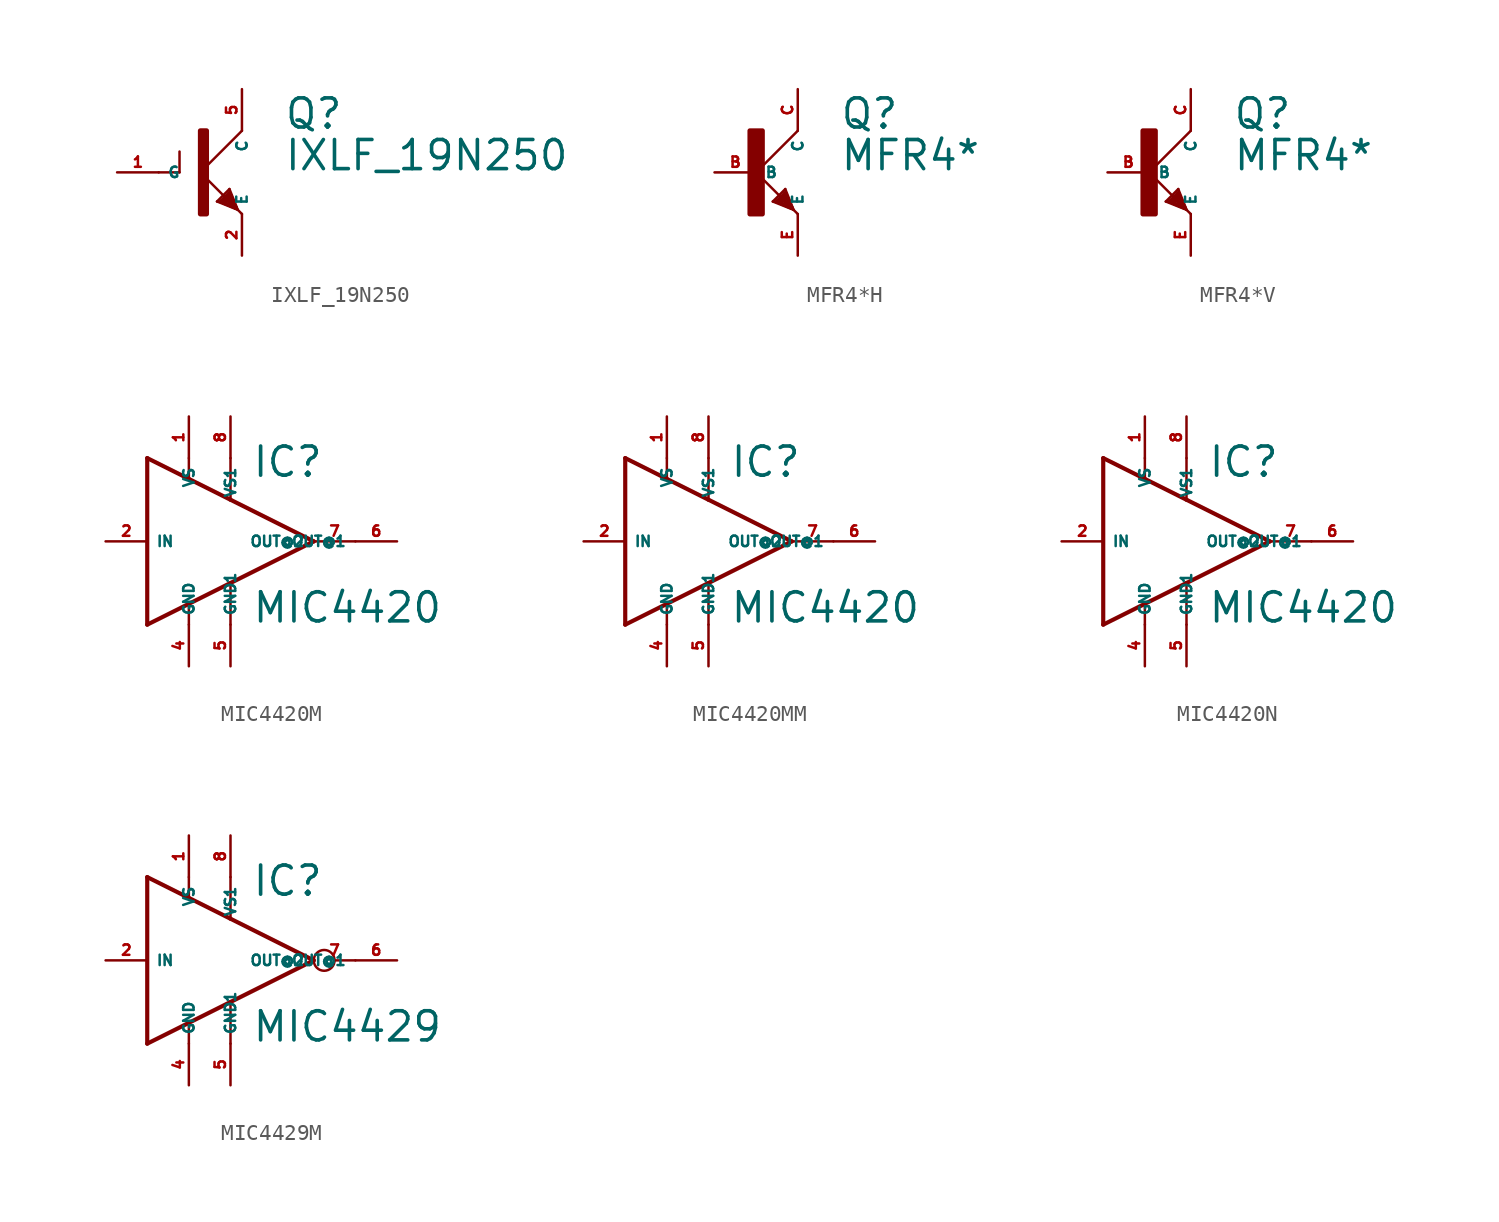
<source format=kicad_sym>
(kicad_symbol_lib
  (version 20220914)
  (generator Eagle2Kicad)
  (symbol "IXLF_19N250"
    (property "Reference" "Q"
      (at 5.08 2.54 0)
      (effects (font (size 1.778 1.778) (thickness 0.22)) (justify left bottom)))
    (property "Value" "IXLF_19N250"
      (at 5.08 0 0)
      (effects (font (size 1.778 1.778) (thickness 0.22)) (justify left bottom)))
    (polyline
      (pts (xy 2.54 2.54) (xy 0 0))
      (stroke (width 0.152) (type default))
      (fill (type none)))
    (polyline
      (pts (xy 0 0) (xy 1.524 -1.524))
      (stroke (width 0.152) (type default))
      (fill (type none)))
    (polyline
      (pts (xy 2.159 -2.159) (xy 2.286 -2.286))
      (stroke (width 0.152) (type default))
      (fill (type none)))
    (polyline
      (pts (xy 1.778 -1.016) (xy 2.286 -2.286))
      (stroke (width 0.152) (type default))
      (fill (type none)))
    (polyline
      (pts (xy 2.286 -2.286) (xy 2.54 -2.54))
      (stroke (width 0.152) (type default))
      (fill (type none)))
    (polyline
      (pts (xy 2.286 -2.286) (xy 1.016 -1.778))
      (stroke (width 0.152) (type default))
      (fill (type none)))
    (polyline
      (pts (xy 1.016 -1.778) (xy 1.778 -1.016))
      (stroke (width 0.152) (type default))
      (fill (type none)))
    (polyline
      (pts (xy 2.159 -2.159) (xy 1.778 -1.27))
      (stroke (width 0.254) (type default))
      (fill (type none)))
    (polyline
      (pts (xy 1.778 -1.27) (xy 1.524 -1.524))
      (stroke (width 0.254) (type default))
      (fill (type none)))
    (polyline
      (pts (xy 1.524 -1.524) (xy 1.27 -1.778))
      (stroke (width 0.254) (type default))
      (fill (type none)))
    (polyline
      (pts (xy 1.27 -1.778) (xy 2.159 -2.159))
      (stroke (width 0.254) (type default))
      (fill (type none)))
    (polyline
      (pts (xy 2.159 -2.159) (xy 1.524 -1.524))
      (stroke (width 0.254) (type default))
      (fill (type none)))
    (polyline
      (pts (xy 1.524 -1.778) (xy 1.778 -1.524))
      (stroke (width 0.254) (type default))
      (fill (type none)))
    (polyline
      (pts (xy -2.54 0) (xy -1.27 0))
      (stroke (width 0.152) (type default))
      (fill (type none)))
    (polyline
      (pts (xy -1.27 0) (xy -1.27 1.27))
      (stroke (width 0.152) (type default))
      (fill (type none)))
    (rectangle
      (start 0 -2.54)
      (end 0.381 2.54)
      (stroke (width 0.3) (type default))
      (fill (type outline)))
    (pin passive line
      (at -5.08 0 0)
      (length 2.54)
      (name "G" (effects (font (size 0.635 0.635) (thickness 0.08)) (justify left bottom)))
      (number "1" (effects (font (size 0.635 0.635) (thickness 0.08)) (justify left bottom))))
    (pin passive line
      (at 2.54 -5.08 90)
      (length 2.54)
      (name "E" (effects (font (size 0.635 0.635) (thickness 0.08)) (justify left bottom)))
      (number "2" (effects (font (size 0.635 0.635) (thickness 0.08)) (justify left bottom))))
    (pin passive line
      (at 2.54 5.08 270)
      (length 2.54)
      (name "C" (effects (font (size 0.635 0.635) (thickness 0.08)) (justify left bottom)))
      (number "5" (effects (font (size 0.635 0.635) (thickness 0.08)) (justify left bottom)))))
  (symbol "MFR4*H"
    (property "Reference" "Q"
      (at 5.08 2.54 0)
      (effects (font (size 1.778 1.778) (thickness 0.22)) (justify left bottom)))
    (property "Value" "MFR4*"
      (at 5.08 0 0)
      (effects (font (size 1.778 1.778) (thickness 0.22)) (justify left bottom)))
    (polyline
      (pts (xy 2.54 2.54) (xy 0 0))
      (stroke (width 0.152) (type default))
      (fill (type none)))
    (polyline
      (pts (xy 0 0) (xy 1.651 -1.651))
      (stroke (width 0.152) (type default))
      (fill (type none)))
    (polyline
      (pts (xy 2.159 -2.159) (xy 2.286 -2.286))
      (stroke (width 0.152) (type default))
      (fill (type none)))
    (polyline
      (pts (xy 1.778 -1.016) (xy 2.286 -2.286))
      (stroke (width 0.152) (type default))
      (fill (type none)))
    (polyline
      (pts (xy 2.286 -2.286) (xy 2.54 -2.54))
      (stroke (width 0.152) (type default))
      (fill (type none)))
    (polyline
      (pts (xy 2.286 -2.286) (xy 1.016 -1.778))
      (stroke (width 0.152) (type default))
      (fill (type none)))
    (polyline
      (pts (xy 1.016 -1.778) (xy 1.778 -1.016))
      (stroke (width 0.152) (type default))
      (fill (type none)))
    (polyline
      (pts (xy 2.159 -2.159) (xy 1.778 -1.27))
      (stroke (width 0.254) (type default))
      (fill (type none)))
    (polyline
      (pts (xy 1.778 -1.27) (xy 1.27 -1.778))
      (stroke (width 0.254) (type default))
      (fill (type none)))
    (polyline
      (pts (xy 1.27 -1.778) (xy 2.159 -2.159))
      (stroke (width 0.254) (type default))
      (fill (type none)))
    (polyline
      (pts (xy 2.159 -2.159) (xy 1.651 -1.651))
      (stroke (width 0.254) (type default))
      (fill (type none)))
    (polyline
      (pts (xy 1.524 -1.778) (xy 1.778 -1.524))
      (stroke (width 0.254) (type default))
      (fill (type none)))
    (rectangle
      (start -0.381 -2.54)
      (end 0.381 2.54)
      (stroke (width 0.3) (type default))
      (fill (type outline)))
    (pin passive line
      (at -2.54 0 0)
      (length 2.54)
      (name "B" (effects (font (size 0.635 0.635) (thickness 0.08)) (justify left bottom)))
      (number "B" (effects (font (size 0.635 0.635) (thickness 0.08)) (justify left bottom))))
    (pin passive line
      (at 2.54 -5.08 90)
      (length 2.54)
      (name "E" (effects (font (size 0.635 0.635) (thickness 0.08)) (justify left bottom)))
      (number "E" (effects (font (size 0.635 0.635) (thickness 0.08)) (justify left bottom))))
    (pin passive line
      (at 2.54 5.08 270)
      (length 2.54)
      (name "C" (effects (font (size 0.635 0.635) (thickness 0.08)) (justify left bottom)))
      (number "C" (effects (font (size 0.635 0.635) (thickness 0.08)) (justify left bottom)))))
  (symbol "MFR4*V"
    (property "Reference" "Q"
      (at 5.08 2.54 0)
      (effects (font (size 1.778 1.778) (thickness 0.22)) (justify left bottom)))
    (property "Value" "MFR4*"
      (at 5.08 0 0)
      (effects (font (size 1.778 1.778) (thickness 0.22)) (justify left bottom)))
    (polyline
      (pts (xy 2.54 2.54) (xy 0 0))
      (stroke (width 0.152) (type default))
      (fill (type none)))
    (polyline
      (pts (xy 0 0) (xy 1.651 -1.651))
      (stroke (width 0.152) (type default))
      (fill (type none)))
    (polyline
      (pts (xy 2.159 -2.159) (xy 2.286 -2.286))
      (stroke (width 0.152) (type default))
      (fill (type none)))
    (polyline
      (pts (xy 1.778 -1.016) (xy 2.286 -2.286))
      (stroke (width 0.152) (type default))
      (fill (type none)))
    (polyline
      (pts (xy 2.286 -2.286) (xy 2.54 -2.54))
      (stroke (width 0.152) (type default))
      (fill (type none)))
    (polyline
      (pts (xy 2.286 -2.286) (xy 1.016 -1.778))
      (stroke (width 0.152) (type default))
      (fill (type none)))
    (polyline
      (pts (xy 1.016 -1.778) (xy 1.778 -1.016))
      (stroke (width 0.152) (type default))
      (fill (type none)))
    (polyline
      (pts (xy 2.159 -2.159) (xy 1.778 -1.27))
      (stroke (width 0.254) (type default))
      (fill (type none)))
    (polyline
      (pts (xy 1.778 -1.27) (xy 1.27 -1.778))
      (stroke (width 0.254) (type default))
      (fill (type none)))
    (polyline
      (pts (xy 1.27 -1.778) (xy 2.159 -2.159))
      (stroke (width 0.254) (type default))
      (fill (type none)))
    (polyline
      (pts (xy 2.159 -2.159) (xy 1.651 -1.651))
      (stroke (width 0.254) (type default))
      (fill (type none)))
    (polyline
      (pts (xy 1.524 -1.778) (xy 1.778 -1.524))
      (stroke (width 0.254) (type default))
      (fill (type none)))
    (rectangle
      (start -0.381 -2.54)
      (end 0.381 2.54)
      (stroke (width 0.3) (type default))
      (fill (type outline)))
    (pin passive line
      (at -2.54 0 0)
      (length 2.54)
      (name "B" (effects (font (size 0.635 0.635) (thickness 0.08)) (justify left bottom)))
      (number "B" (effects (font (size 0.635 0.635) (thickness 0.08)) (justify left bottom))))
    (pin passive line
      (at 2.54 -5.08 90)
      (length 2.54)
      (name "E" (effects (font (size 0.635 0.635) (thickness 0.08)) (justify left bottom)))
      (number "E" (effects (font (size 0.635 0.635) (thickness 0.08)) (justify left bottom))))
    (pin passive line
      (at 2.54 5.08 270)
      (length 2.54)
      (name "C" (effects (font (size 0.635 0.635) (thickness 0.08)) (justify left bottom)))
      (number "C" (effects (font (size 0.635 0.635) (thickness 0.08)) (justify left bottom)))))
  (symbol "MIC4420M"
    (property "Reference" "IC"
      (at 1.27 3.81 0)
      (effects (font (size 1.778 1.778) (thickness 0.22)) (justify left bottom)))
    (property "Value" "MIC4420"
      (at 1.27 -5.08 0)
      (effects (font (size 1.778 1.778) (thickness 0.22)) (justify left bottom)))
    (polyline
      (pts (xy -5.08 5.08) (xy -2.54 3.81))
      (stroke (width 0.254) (type default))
      (fill (type none)))
    (polyline
      (pts (xy -2.54 3.81) (xy 0 2.54))
      (stroke (width 0.254) (type default))
      (fill (type none)))
    (polyline
      (pts (xy 0 2.54) (xy 5.08 0))
      (stroke (width 0.254) (type default))
      (fill (type none)))
    (polyline
      (pts (xy 5.08 0) (xy 0 -2.54))
      (stroke (width 0.254) (type default))
      (fill (type none)))
    (polyline
      (pts (xy 0 -2.54) (xy -2.54 -3.81))
      (stroke (width 0.254) (type default))
      (fill (type none)))
    (polyline
      (pts (xy -2.54 -3.81) (xy -5.08 -5.08))
      (stroke (width 0.254) (type default))
      (fill (type none)))
    (polyline
      (pts (xy -5.08 -5.08) (xy -5.08 5.08))
      (stroke (width 0.254) (type default))
      (fill (type none)))
    (polyline
      (pts (xy -2.54 5.08) (xy -2.54 3.81))
      (stroke (width 0.152) (type default))
      (fill (type none)))
    (polyline
      (pts (xy 0 5.08) (xy 0 2.54))
      (stroke (width 0.152) (type default))
      (fill (type none)))
    (polyline
      (pts (xy -2.54 -5.08) (xy -2.54 -3.81))
      (stroke (width 0.152) (type default))
      (fill (type none)))
    (polyline
      (pts (xy 0 -5.08) (xy 0 -2.54))
      (stroke (width 0.152) (type default))
      (fill (type none)))
    (pin input line
      (at -7.62 0 0)
      (length 2.54)
      (name "IN" (effects (font (size 0.635 0.635) (thickness 0.08)) (justify left bottom)))
      (number "2" (effects (font (size 0.635 0.635) (thickness 0.08)) (justify left bottom))))
    (pin unspecified line
      (at -2.54 7.62 270)
      (length 2.54)
      (name "VS" (effects (font (size 0.635 0.635) (thickness 0.08)) (justify left bottom)))
      (number "1" (effects (font (size 0.635 0.635) (thickness 0.08)) (justify left bottom))))
    (pin unspecified line
      (at -2.54 -7.62 90)
      (length 2.54)
      (name "GND" (effects (font (size 0.635 0.635) (thickness 0.08)) (justify left bottom)))
      (number "4" (effects (font (size 0.635 0.635) (thickness 0.08)) (justify left bottom))))
    (pin passive line
      (at 7.62 0 180)
      (length 2.54)
      (name "OUT@2" (effects (font (size 0.635 0.635) (thickness 0.08)) (justify left bottom)))
      (number "7" (effects (font (size 0.635 0.635) (thickness 0.08)) (justify left bottom))))
    (pin unspecified line
      (at 0 -7.62 90)
      (length 2.54)
      (name "GND1" (effects (font (size 0.635 0.635) (thickness 0.08)) (justify left bottom)))
      (number "5" (effects (font (size 0.635 0.635) (thickness 0.08)) (justify left bottom))))
    (pin unspecified line
      (at 0 7.62 270)
      (length 2.54)
      (name "VS1" (effects (font (size 0.635 0.635) (thickness 0.08)) (justify left bottom)))
      (number "8" (effects (font (size 0.635 0.635) (thickness 0.08)) (justify left bottom))))
    (pin passive line
      (at 10.16 0 180)
      (length 2.54)
      (name "OUT@1" (effects (font (size 0.635 0.635) (thickness 0.08)) (justify left bottom)))
      (number "6" (effects (font (size 0.635 0.635) (thickness 0.08)) (justify left bottom)))))
  (symbol "MIC4420MM"
    (property "Reference" "IC"
      (at 1.27 3.81 0)
      (effects (font (size 1.778 1.778) (thickness 0.22)) (justify left bottom)))
    (property "Value" "MIC4420"
      (at 1.27 -5.08 0)
      (effects (font (size 1.778 1.778) (thickness 0.22)) (justify left bottom)))
    (polyline
      (pts (xy -5.08 5.08) (xy -2.54 3.81))
      (stroke (width 0.254) (type default))
      (fill (type none)))
    (polyline
      (pts (xy -2.54 3.81) (xy 0 2.54))
      (stroke (width 0.254) (type default))
      (fill (type none)))
    (polyline
      (pts (xy 0 2.54) (xy 5.08 0))
      (stroke (width 0.254) (type default))
      (fill (type none)))
    (polyline
      (pts (xy 5.08 0) (xy 0 -2.54))
      (stroke (width 0.254) (type default))
      (fill (type none)))
    (polyline
      (pts (xy 0 -2.54) (xy -2.54 -3.81))
      (stroke (width 0.254) (type default))
      (fill (type none)))
    (polyline
      (pts (xy -2.54 -3.81) (xy -5.08 -5.08))
      (stroke (width 0.254) (type default))
      (fill (type none)))
    (polyline
      (pts (xy -5.08 -5.08) (xy -5.08 5.08))
      (stroke (width 0.254) (type default))
      (fill (type none)))
    (polyline
      (pts (xy -2.54 5.08) (xy -2.54 3.81))
      (stroke (width 0.152) (type default))
      (fill (type none)))
    (polyline
      (pts (xy 0 5.08) (xy 0 2.54))
      (stroke (width 0.152) (type default))
      (fill (type none)))
    (polyline
      (pts (xy -2.54 -5.08) (xy -2.54 -3.81))
      (stroke (width 0.152) (type default))
      (fill (type none)))
    (polyline
      (pts (xy 0 -5.08) (xy 0 -2.54))
      (stroke (width 0.152) (type default))
      (fill (type none)))
    (pin input line
      (at -7.62 0 0)
      (length 2.54)
      (name "IN" (effects (font (size 0.635 0.635) (thickness 0.08)) (justify left bottom)))
      (number "2" (effects (font (size 0.635 0.635) (thickness 0.08)) (justify left bottom))))
    (pin unspecified line
      (at -2.54 7.62 270)
      (length 2.54)
      (name "VS" (effects (font (size 0.635 0.635) (thickness 0.08)) (justify left bottom)))
      (number "1" (effects (font (size 0.635 0.635) (thickness 0.08)) (justify left bottom))))
    (pin unspecified line
      (at -2.54 -7.62 90)
      (length 2.54)
      (name "GND" (effects (font (size 0.635 0.635) (thickness 0.08)) (justify left bottom)))
      (number "4" (effects (font (size 0.635 0.635) (thickness 0.08)) (justify left bottom))))
    (pin passive line
      (at 7.62 0 180)
      (length 2.54)
      (name "OUT@2" (effects (font (size 0.635 0.635) (thickness 0.08)) (justify left bottom)))
      (number "7" (effects (font (size 0.635 0.635) (thickness 0.08)) (justify left bottom))))
    (pin unspecified line
      (at 0 -7.62 90)
      (length 2.54)
      (name "GND1" (effects (font (size 0.635 0.635) (thickness 0.08)) (justify left bottom)))
      (number "5" (effects (font (size 0.635 0.635) (thickness 0.08)) (justify left bottom))))
    (pin unspecified line
      (at 0 7.62 270)
      (length 2.54)
      (name "VS1" (effects (font (size 0.635 0.635) (thickness 0.08)) (justify left bottom)))
      (number "8" (effects (font (size 0.635 0.635) (thickness 0.08)) (justify left bottom))))
    (pin passive line
      (at 10.16 0 180)
      (length 2.54)
      (name "OUT@1" (effects (font (size 0.635 0.635) (thickness 0.08)) (justify left bottom)))
      (number "6" (effects (font (size 0.635 0.635) (thickness 0.08)) (justify left bottom)))))
  (symbol "MIC4420N"
    (property "Reference" "IC"
      (at 1.27 3.81 0)
      (effects (font (size 1.778 1.778) (thickness 0.22)) (justify left bottom)))
    (property "Value" "MIC4420"
      (at 1.27 -5.08 0)
      (effects (font (size 1.778 1.778) (thickness 0.22)) (justify left bottom)))
    (polyline
      (pts (xy -5.08 5.08) (xy -2.54 3.81))
      (stroke (width 0.254) (type default))
      (fill (type none)))
    (polyline
      (pts (xy -2.54 3.81) (xy 0 2.54))
      (stroke (width 0.254) (type default))
      (fill (type none)))
    (polyline
      (pts (xy 0 2.54) (xy 5.08 0))
      (stroke (width 0.254) (type default))
      (fill (type none)))
    (polyline
      (pts (xy 5.08 0) (xy 0 -2.54))
      (stroke (width 0.254) (type default))
      (fill (type none)))
    (polyline
      (pts (xy 0 -2.54) (xy -2.54 -3.81))
      (stroke (width 0.254) (type default))
      (fill (type none)))
    (polyline
      (pts (xy -2.54 -3.81) (xy -5.08 -5.08))
      (stroke (width 0.254) (type default))
      (fill (type none)))
    (polyline
      (pts (xy -5.08 -5.08) (xy -5.08 5.08))
      (stroke (width 0.254) (type default))
      (fill (type none)))
    (polyline
      (pts (xy -2.54 5.08) (xy -2.54 3.81))
      (stroke (width 0.152) (type default))
      (fill (type none)))
    (polyline
      (pts (xy 0 5.08) (xy 0 2.54))
      (stroke (width 0.152) (type default))
      (fill (type none)))
    (polyline
      (pts (xy -2.54 -5.08) (xy -2.54 -3.81))
      (stroke (width 0.152) (type default))
      (fill (type none)))
    (polyline
      (pts (xy 0 -5.08) (xy 0 -2.54))
      (stroke (width 0.152) (type default))
      (fill (type none)))
    (pin input line
      (at -7.62 0 0)
      (length 2.54)
      (name "IN" (effects (font (size 0.635 0.635) (thickness 0.08)) (justify left bottom)))
      (number "2" (effects (font (size 0.635 0.635) (thickness 0.08)) (justify left bottom))))
    (pin unspecified line
      (at -2.54 7.62 270)
      (length 2.54)
      (name "VS" (effects (font (size 0.635 0.635) (thickness 0.08)) (justify left bottom)))
      (number "1" (effects (font (size 0.635 0.635) (thickness 0.08)) (justify left bottom))))
    (pin unspecified line
      (at -2.54 -7.62 90)
      (length 2.54)
      (name "GND" (effects (font (size 0.635 0.635) (thickness 0.08)) (justify left bottom)))
      (number "4" (effects (font (size 0.635 0.635) (thickness 0.08)) (justify left bottom))))
    (pin passive line
      (at 7.62 0 180)
      (length 2.54)
      (name "OUT@2" (effects (font (size 0.635 0.635) (thickness 0.08)) (justify left bottom)))
      (number "7" (effects (font (size 0.635 0.635) (thickness 0.08)) (justify left bottom))))
    (pin unspecified line
      (at 0 -7.62 90)
      (length 2.54)
      (name "GND1" (effects (font (size 0.635 0.635) (thickness 0.08)) (justify left bottom)))
      (number "5" (effects (font (size 0.635 0.635) (thickness 0.08)) (justify left bottom))))
    (pin unspecified line
      (at 0 7.62 270)
      (length 2.54)
      (name "VS1" (effects (font (size 0.635 0.635) (thickness 0.08)) (justify left bottom)))
      (number "8" (effects (font (size 0.635 0.635) (thickness 0.08)) (justify left bottom))))
    (pin passive line
      (at 10.16 0 180)
      (length 2.54)
      (name "OUT@1" (effects (font (size 0.635 0.635) (thickness 0.08)) (justify left bottom)))
      (number "6" (effects (font (size 0.635 0.635) (thickness 0.08)) (justify left bottom)))))
  (symbol "MIC4429M"
    (property "Reference" "IC"
      (at 1.27 3.81 0)
      (effects (font (size 1.778 1.778) (thickness 0.22)) (justify left bottom)))
    (property "Value" "MIC4429"
      (at 1.27 -5.08 0)
      (effects (font (size 1.778 1.778) (thickness 0.22)) (justify left bottom)))
    (polyline
      (pts (xy -5.08 5.08) (xy -2.54 3.81))
      (stroke (width 0.254) (type default))
      (fill (type none)))
    (polyline
      (pts (xy -2.54 3.81) (xy 0 2.54))
      (stroke (width 0.254) (type default))
      (fill (type none)))
    (polyline
      (pts (xy 0 2.54) (xy 5.08 0))
      (stroke (width 0.254) (type default))
      (fill (type none)))
    (polyline
      (pts (xy 5.08 0) (xy 0 -2.54))
      (stroke (width 0.254) (type default))
      (fill (type none)))
    (polyline
      (pts (xy 0 -2.54) (xy -2.54 -3.81))
      (stroke (width 0.254) (type default))
      (fill (type none)))
    (polyline
      (pts (xy -2.54 -3.81) (xy -5.08 -5.08))
      (stroke (width 0.254) (type default))
      (fill (type none)))
    (polyline
      (pts (xy -5.08 -5.08) (xy -5.08 5.08))
      (stroke (width 0.254) (type default))
      (fill (type none)))
    (polyline
      (pts (xy -2.54 5.08) (xy -2.54 3.81))
      (stroke (width 0.152) (type default))
      (fill (type none)))
    (polyline
      (pts (xy 0 5.08) (xy 0 2.54))
      (stroke (width 0.152) (type default))
      (fill (type none)))
    (polyline
      (pts (xy -2.54 -5.08) (xy -2.54 -3.81))
      (stroke (width 0.152) (type default))
      (fill (type none)))
    (polyline
      (pts (xy 0 -5.08) (xy 0 -2.54))
      (stroke (width 0.152) (type default))
      (fill (type none)))
    (pin input line
      (at -7.62 0 0)
      (length 2.54)
      (name "IN" (effects (font (size 0.635 0.635) (thickness 0.08)) (justify left bottom)))
      (number "2" (effects (font (size 0.635 0.635) (thickness 0.08)) (justify left bottom))))
    (pin unspecified line
      (at -2.54 7.62 270)
      (length 2.54)
      (name "VS" (effects (font (size 0.635 0.635) (thickness 0.08)) (justify left bottom)))
      (number "1" (effects (font (size 0.635 0.635) (thickness 0.08)) (justify left bottom))))
    (pin unspecified line
      (at -2.54 -7.62 90)
      (length 2.54)
      (name "GND" (effects (font (size 0.635 0.635) (thickness 0.08)) (justify left bottom)))
      (number "4" (effects (font (size 0.635 0.635) (thickness 0.08)) (justify left bottom))))
    (pin passive inverted
      (at 7.62 0 180)
      (length 2.54)
      (name "OUT@2" (effects (font (size 0.635 0.635) (thickness 0.08)) (justify left bottom)))
      (number "7" (effects (font (size 0.635 0.635) (thickness 0.08)) (justify left bottom))))
    (pin unspecified line
      (at 0 -7.62 90)
      (length 2.54)
      (name "GND1" (effects (font (size 0.635 0.635) (thickness 0.08)) (justify left bottom)))
      (number "5" (effects (font (size 0.635 0.635) (thickness 0.08)) (justify left bottom))))
    (pin unspecified line
      (at 0 7.62 270)
      (length 2.54)
      (name "VS1" (effects (font (size 0.635 0.635) (thickness 0.08)) (justify left bottom)))
      (number "8" (effects (font (size 0.635 0.635) (thickness 0.08)) (justify left bottom))))
    (pin passive line
      (at 10.16 0 180)
      (length 2.54)
      (name "OUT@1" (effects (font (size 0.635 0.635) (thickness 0.08)) (justify left bottom)))
      (number "6" (effects (font (size 0.635 0.635) (thickness 0.08)) (justify left bottom))))))
</source>
